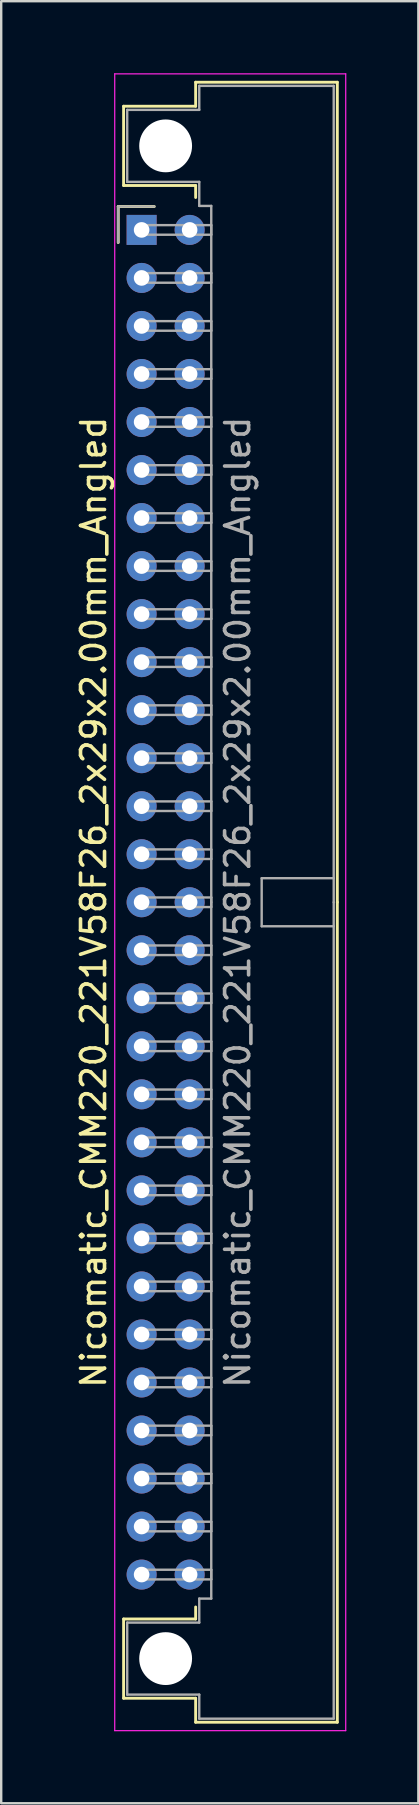
<source format=kicad_pcb>
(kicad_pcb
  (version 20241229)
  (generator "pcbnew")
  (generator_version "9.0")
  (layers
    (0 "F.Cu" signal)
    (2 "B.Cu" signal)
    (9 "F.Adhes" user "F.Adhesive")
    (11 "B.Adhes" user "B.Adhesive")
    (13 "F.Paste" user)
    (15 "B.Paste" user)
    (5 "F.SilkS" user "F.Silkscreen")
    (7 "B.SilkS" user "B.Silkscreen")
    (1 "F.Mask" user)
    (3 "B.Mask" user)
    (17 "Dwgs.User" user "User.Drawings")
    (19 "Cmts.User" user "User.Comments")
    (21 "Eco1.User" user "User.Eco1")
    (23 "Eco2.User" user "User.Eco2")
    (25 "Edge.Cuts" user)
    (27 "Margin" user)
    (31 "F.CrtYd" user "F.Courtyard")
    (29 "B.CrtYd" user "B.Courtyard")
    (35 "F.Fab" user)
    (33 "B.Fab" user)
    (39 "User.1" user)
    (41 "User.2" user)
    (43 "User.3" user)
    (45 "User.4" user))
  (footprint "Nicomatic_CMM220_221V58F26_2x29x2.00mm_Angled"
    (layer "F.Cu")
    (at 2.848 6.525)
    (property "Reference" "Nicomatic_CMM220_221V58F26_2x29x2.00mm_Angled" (at -2 28 90) (layer "F.SilkS") (effects (font (size 1 1) (thickness 0.15))))
    (attr through_hole)
    (fp_line (start -0.975 -0.975) (end -0.975 0.525) (stroke (width 0.12) (type solid)) (layer "F.SilkS"))
    (fp_line (start -0.75 -5.15) (end -0.75 -1.85) (stroke (width 0.12) (type solid)) (layer "F.SilkS"))
    (fp_line (start -0.75 -1.85) (end 2.25 -1.85) (stroke (width 0.12) (type solid)) (layer "F.SilkS"))
    (fp_line (start -0.75 57.85) (end 2.25 57.85) (stroke (width 0.12) (type solid)) (layer "F.SilkS"))
    (fp_line (start -0.75 61.15) (end -0.75 57.85) (stroke (width 0.12) (type solid)) (layer "F.SilkS"))
    (fp_line (start 0.525 -0.975) (end -0.975 -0.975) (stroke (width 0.12) (type solid)) (layer "F.SilkS"))
    (fp_line (start 2.25 -6.15) (end 2.25 -5.15) (stroke (width 0.12) (type solid)) (layer "F.SilkS"))
    (fp_line (start 2.25 -5.15) (end -0.75 -5.15) (stroke (width 0.12) (type solid)) (layer "F.SilkS"))
    (fp_line (start 2.25 -1.85) (end 2.25 -1.35) (stroke (width 0.12) (type solid)) (layer "F.SilkS"))
    (fp_line (start 2.25 57.85) (end 2.25 57.35) (stroke (width 0.12) (type solid)) (layer "F.SilkS"))
    (fp_line (start 2.25 61.15) (end -0.75 61.15) (stroke (width 0.12) (type solid)) (layer "F.SilkS"))
    (fp_line (start 2.25 62.15) (end 2.25 61.15) (stroke (width 0.12) (type solid)) (layer "F.SilkS"))
    (fp_line (start 8.15 -6.15) (end 2.25 -6.15) (stroke (width 0.12) (type solid)) (layer "F.SilkS"))
    (fp_line (start 8.15 28) (end 8.15 -6.15) (stroke (width 0.12) (type solid)) (layer "F.SilkS"))
    (fp_line (start 8.15 28) (end 8.15 62.15) (stroke (width 0.12) (type solid)) (layer "F.SilkS"))
    (fp_line (start 8.15 62.15) (end 2.25 62.15) (stroke (width 0.12) (type solid)) (layer "F.SilkS"))
    (fp_line (start -1.12 -6.5) (end -1.12 62.5) (stroke (width 0.05) (type solid)) (layer "F.CrtYd"))
    (fp_line (start -1.12 62.5) (end 8.5 62.5) (stroke (width 0.05) (type solid)) (layer "F.CrtYd"))
    (fp_line (start 8.5 -6.5) (end -1.12 -6.5) (stroke (width 0.05) (type solid)) (layer "F.CrtYd"))
    (fp_line (start 8.5 62.5) (end 8.5 -6.5) (stroke (width 0.05) (type solid)) (layer "F.CrtYd"))
    (fp_line (start -0.975 -0.975) (end -0.975 0.525) (stroke (width 0.1) (type solid)) (layer "F.Fab"))
    (fp_line (start -0.6 -5) (end -0.6 -2) (stroke (width 0.1) (type solid)) (layer "F.Fab"))
    (fp_line (start -0.6 -2) (end 2.4 -2) (stroke (width 0.1) (type solid)) (layer "F.Fab"))
    (fp_line (start -0.6 58) (end 2.4 58) (stroke (width 0.1) (type solid)) (layer "F.Fab"))
    (fp_line (start -0.6 61) (end -0.6 58) (stroke (width 0.1) (type solid)) (layer "F.Fab"))
    (fp_line (start 0 -0.2) (end 0 0.2) (stroke (width 0.1) (type solid)) (layer "F.Fab"))
    (fp_line (start 0 0.2) (end 2.9 0.2) (stroke (width 0.1) (type solid)) (layer "F.Fab"))
    (fp_line (start 0 1.8) (end 0 2.2) (stroke (width 0.1) (type solid)) (layer "F.Fab"))
    (fp_line (start 0 2.2) (end 2.9 2.2) (stroke (width 0.1) (type solid)) (layer "F.Fab"))
    (fp_line (start 0 3.8) (end 0 4.2) (stroke (width 0.1) (type solid)) (layer "F.Fab"))
    (fp_line (start 0 4.2) (end 2.9 4.2) (stroke (width 0.1) (type solid)) (layer "F.Fab"))
    (fp_line (start 0 5.8) (end 0 6.2) (stroke (width 0.1) (type solid)) (layer "F.Fab"))
    (fp_line (start 0 6.2) (end 2.9 6.2) (stroke (width 0.1) (type solid)) (layer "F.Fab"))
    (fp_line (start 0 7.8) (end 0 8.2) (stroke (width 0.1) (type solid)) (layer "F.Fab"))
    (fp_line (start 0 8.2) (end 2.9 8.2) (stroke (width 0.1) (type solid)) (layer "F.Fab"))
    (fp_line (start 0 9.8) (end 0 10.2) (stroke (width 0.1) (type solid)) (layer "F.Fab"))
    (fp_line (start 0 10.2) (end 2.9 10.2) (stroke (width 0.1) (type solid)) (layer "F.Fab"))
    (fp_line (start 0 11.8) (end 0 12.2) (stroke (width 0.1) (type solid)) (layer "F.Fab"))
    (fp_line (start 0 12.2) (end 2.9 12.2) (stroke (width 0.1) (type solid)) (layer "F.Fab"))
    (fp_line (start 0 13.8) (end 0 14.2) (stroke (width 0.1) (type solid)) (layer "F.Fab"))
    (fp_line (start 0 14.2) (end 2.9 14.2) (stroke (width 0.1) (type solid)) (layer "F.Fab"))
    (fp_line (start 0 15.8) (end 0 16.2) (stroke (width 0.1) (type solid)) (layer "F.Fab"))
    (fp_line (start 0 16.2) (end 2.9 16.2) (stroke (width 0.1) (type solid)) (layer "F.Fab"))
    (fp_line (start 0 17.8) (end 0 18.2) (stroke (width 0.1) (type solid)) (layer "F.Fab"))
    (fp_line (start 0 18.2) (end 2.9 18.2) (stroke (width 0.1) (type solid)) (layer "F.Fab"))
    (fp_line (start 0 19.8) (end 0 20.2) (stroke (width 0.1) (type solid)) (layer "F.Fab"))
    (fp_line (start 0 20.2) (end 2.9 20.2) (stroke (width 0.1) (type solid)) (layer "F.Fab"))
    (fp_line (start 0 21.8) (end 0 22.2) (stroke (width 0.1) (type solid)) (layer "F.Fab"))
    (fp_line (start 0 22.2) (end 2.9 22.2) (stroke (width 0.1) (type solid)) (layer "F.Fab"))
    (fp_line (start 0 23.8) (end 0 24.2) (stroke (width 0.1) (type solid)) (layer "F.Fab"))
    (fp_line (start 0 24.2) (end 2.9 24.2) (stroke (width 0.1) (type solid)) (layer "F.Fab"))
    (fp_line (start 0 25.8) (end 0 26.2) (stroke (width 0.1) (type solid)) (layer "F.Fab"))
    (fp_line (start 0 26.2) (end 2.9 26.2) (stroke (width 0.1) (type solid)) (layer "F.Fab"))
    (fp_line (start 0 27.8) (end 0 28.2) (stroke (width 0.1) (type solid)) (layer "F.Fab"))
    (fp_line (start 0 28.2) (end 2.9 28.2) (stroke (width 0.1) (type solid)) (layer "F.Fab"))
    (fp_line (start 0 29.8) (end 0 30.2) (stroke (width 0.1) (type solid)) (layer "F.Fab"))
    (fp_line (start 0 30.2) (end 2.9 30.2) (stroke (width 0.1) (type solid)) (layer "F.Fab"))
    (fp_line (start 0 31.8) (end 0 32.2) (stroke (width 0.1) (type solid)) (layer "F.Fab"))
    (fp_line (start 0 32.2) (end 2.9 32.2) (stroke (width 0.1) (type solid)) (layer "F.Fab"))
    (fp_line (start 0 33.8) (end 0 34.2) (stroke (width 0.1) (type solid)) (layer "F.Fab"))
    (fp_line (start 0 34.2) (end 2.9 34.2) (stroke (width 0.1) (type solid)) (layer "F.Fab"))
    (fp_line (start 0 35.8) (end 0 36.2) (stroke (width 0.1) (type solid)) (layer "F.Fab"))
    (fp_line (start 0 36.2) (end 2.9 36.2) (stroke (width 0.1) (type solid)) (layer "F.Fab"))
    (fp_line (start 0 37.8) (end 0 38.2) (stroke (width 0.1) (type solid)) (layer "F.Fab"))
    (fp_line (start 0 38.2) (end 2.9 38.2) (stroke (width 0.1) (type solid)) (layer "F.Fab"))
    (fp_line (start 0 39.8) (end 0 40.2) (stroke (width 0.1) (type solid)) (layer "F.Fab"))
    (fp_line (start 0 40.2) (end 2.9 40.2) (stroke (width 0.1) (type solid)) (layer "F.Fab"))
    (fp_line (start 0 41.8) (end 0 42.2) (stroke (width 0.1) (type solid)) (layer "F.Fab"))
    (fp_line (start 0 42.2) (end 2.9 42.2) (stroke (width 0.1) (type solid)) (layer "F.Fab"))
    (fp_line (start 0 43.8) (end 0 44.2) (stroke (width 0.1) (type solid)) (layer "F.Fab"))
    (fp_line (start 0 44.2) (end 2.9 44.2) (stroke (width 0.1) (type solid)) (layer "F.Fab"))
    (fp_line (start 0 45.8) (end 0 46.2) (stroke (width 0.1) (type solid)) (layer "F.Fab"))
    (fp_line (start 0 46.2) (end 2.9 46.2) (stroke (width 0.1) (type solid)) (layer "F.Fab"))
    (fp_line (start 0 47.8) (end 0 48.2) (stroke (width 0.1) (type solid)) (layer "F.Fab"))
    (fp_line (start 0 48.2) (end 2.9 48.2) (stroke (width 0.1) (type solid)) (layer "F.Fab"))
    (fp_line (start 0 49.8) (end 0 50.2) (stroke (width 0.1) (type solid)) (layer "F.Fab"))
    (fp_line (start 0 50.2) (end 2.9 50.2) (stroke (width 0.1) (type solid)) (layer "F.Fab"))
    (fp_line (start 0 51.8) (end 0 52.2) (stroke (width 0.1) (type solid)) (layer "F.Fab"))
    (fp_line (start 0 52.2) (end 2.9 52.2) (stroke (width 0.1) (type solid)) (layer "F.Fab"))
    (fp_line (start 0 53.8) (end 0 54.2) (stroke (width 0.1) (type solid)) (layer "F.Fab"))
    (fp_line (start 0 54.2) (end 2.9 54.2) (stroke (width 0.1) (type solid)) (layer "F.Fab"))
    (fp_line (start 0 55.8) (end 0 56.2) (stroke (width 0.1) (type solid)) (layer "F.Fab"))
    (fp_line (start 0 56.2) (end 2.9 56.2) (stroke (width 0.1) (type solid)) (layer "F.Fab"))
    (fp_line (start 0.525 -0.975) (end -0.975 -0.975) (stroke (width 0.1) (type solid)) (layer "F.Fab"))
    (fp_line (start 2.4 -6) (end 2.4 -5) (stroke (width 0.1) (type solid)) (layer "F.Fab"))
    (fp_line (start 2.4 -5) (end -0.6 -5) (stroke (width 0.1) (type solid)) (layer "F.Fab"))
    (fp_line (start 2.4 -2) (end 2.4 -1) (stroke (width 0.1) (type solid)) (layer "F.Fab"))
    (fp_line (start 2.4 -1) (end 2.9 -1) (stroke (width 0.1) (type solid)) (layer "F.Fab"))
    (fp_line (start 2.4 57) (end 2.9 57) (stroke (width 0.1) (type solid)) (layer "F.Fab"))
    (fp_line (start 2.4 58) (end 2.4 57) (stroke (width 0.1) (type solid)) (layer "F.Fab"))
    (fp_line (start 2.4 61) (end -0.6 61) (stroke (width 0.1) (type solid)) (layer "F.Fab"))
    (fp_line (start 2.4 62) (end 2.4 61) (stroke (width 0.1) (type solid)) (layer "F.Fab"))
    (fp_line (start 2.9 -1) (end 2.9 28) (stroke (width 0.1) (type solid)) (layer "F.Fab"))
    (fp_line (start 2.9 -0.2) (end 0 -0.2) (stroke (width 0.1) (type solid)) (layer "F.Fab"))
    (fp_line (start 2.9 0.2) (end 2.9 -0.2) (stroke (width 0.1) (type solid)) (layer "F.Fab"))
    (fp_line (start 2.9 1.8) (end 0 1.8) (stroke (width 0.1) (type solid)) (layer "F.Fab"))
    (fp_line (start 2.9 2.2) (end 2.9 1.8) (stroke (width 0.1) (type solid)) (layer "F.Fab"))
    (fp_line (start 2.9 3.8) (end 0 3.8) (stroke (width 0.1) (type solid)) (layer "F.Fab"))
    (fp_line (start 2.9 4.2) (end 2.9 3.8) (stroke (width 0.1) (type solid)) (layer "F.Fab"))
    (fp_line (start 2.9 5.8) (end 0 5.8) (stroke (width 0.1) (type solid)) (layer "F.Fab"))
    (fp_line (start 2.9 6.2) (end 2.9 5.8) (stroke (width 0.1) (type solid)) (layer "F.Fab"))
    (fp_line (start 2.9 7.8) (end 0 7.8) (stroke (width 0.1) (type solid)) (layer "F.Fab"))
    (fp_line (start 2.9 8.2) (end 2.9 7.8) (stroke (width 0.1) (type solid)) (layer "F.Fab"))
    (fp_line (start 2.9 9.8) (end 0 9.8) (stroke (width 0.1) (type solid)) (layer "F.Fab"))
    (fp_line (start 2.9 10.2) (end 2.9 9.8) (stroke (width 0.1) (type solid)) (layer "F.Fab"))
    (fp_line (start 2.9 11.8) (end 0 11.8) (stroke (width 0.1) (type solid)) (layer "F.Fab"))
    (fp_line (start 2.9 12.2) (end 2.9 11.8) (stroke (width 0.1) (type solid)) (layer "F.Fab"))
    (fp_line (start 2.9 13.8) (end 0 13.8) (stroke (width 0.1) (type solid)) (layer "F.Fab"))
    (fp_line (start 2.9 14.2) (end 2.9 13.8) (stroke (width 0.1) (type solid)) (layer "F.Fab"))
    (fp_line (start 2.9 15.8) (end 0 15.8) (stroke (width 0.1) (type solid)) (layer "F.Fab"))
    (fp_line (start 2.9 16.2) (end 2.9 15.8) (stroke (width 0.1) (type solid)) (layer "F.Fab"))
    (fp_line (start 2.9 17.8) (end 0 17.8) (stroke (width 0.1) (type solid)) (layer "F.Fab"))
    (fp_line (start 2.9 18.2) (end 2.9 17.8) (stroke (width 0.1) (type solid)) (layer "F.Fab"))
    (fp_line (start 2.9 19.8) (end 0 19.8) (stroke (width 0.1) (type solid)) (layer "F.Fab"))
    (fp_line (start 2.9 20.2) (end 2.9 19.8) (stroke (width 0.1) (type solid)) (layer "F.Fab"))
    (fp_line (start 2.9 21.8) (end 0 21.8) (stroke (width 0.1) (type solid)) (layer "F.Fab"))
    (fp_line (start 2.9 22.2) (end 2.9 21.8) (stroke (width 0.1) (type solid)) (layer "F.Fab"))
    (fp_line (start 2.9 23.8) (end 0 23.8) (stroke (width 0.1) (type solid)) (layer "F.Fab"))
    (fp_line (start 2.9 24.2) (end 2.9 23.8) (stroke (width 0.1) (type solid)) (layer "F.Fab"))
    (fp_line (start 2.9 25.8) (end 0 25.8) (stroke (width 0.1) (type solid)) (layer "F.Fab"))
    (fp_line (start 2.9 26.2) (end 2.9 25.8) (stroke (width 0.1) (type solid)) (layer "F.Fab"))
    (fp_line (start 2.9 27.8) (end 0 27.8) (stroke (width 0.1) (type solid)) (layer "F.Fab"))
    (fp_line (start 2.9 28.2) (end 2.9 27.8) (stroke (width 0.1) (type solid)) (layer "F.Fab"))
    (fp_line (start 2.9 29.8) (end 0 29.8) (stroke (width 0.1) (type solid)) (layer "F.Fab"))
    (fp_line (start 2.9 30.2) (end 2.9 29.8) (stroke (width 0.1) (type solid)) (layer "F.Fab"))
    (fp_line (start 2.9 31.8) (end 0 31.8) (stroke (width 0.1) (type solid)) (layer "F.Fab"))
    (fp_line (start 2.9 32.2) (end 2.9 31.8) (stroke (width 0.1) (type solid)) (layer "F.Fab"))
    (fp_line (start 2.9 33.8) (end 0 33.8) (stroke (width 0.1) (type solid)) (layer "F.Fab"))
    (fp_line (start 2.9 34.2) (end 2.9 33.8) (stroke (width 0.1) (type solid)) (layer "F.Fab"))
    (fp_line (start 2.9 35.8) (end 0 35.8) (stroke (width 0.1) (type solid)) (layer "F.Fab"))
    (fp_line (start 2.9 36.2) (end 2.9 35.8) (stroke (width 0.1) (type solid)) (layer "F.Fab"))
    (fp_line (start 2.9 37.8) (end 0 37.8) (stroke (width 0.1) (type solid)) (layer "F.Fab"))
    (fp_line (start 2.9 38.2) (end 2.9 37.8) (stroke (width 0.1) (type solid)) (layer "F.Fab"))
    (fp_line (start 2.9 39.8) (end 0 39.8) (stroke (width 0.1) (type solid)) (layer "F.Fab"))
    (fp_line (start 2.9 40.2) (end 2.9 39.8) (stroke (width 0.1) (type solid)) (layer "F.Fab"))
    (fp_line (start 2.9 41.8) (end 0 41.8) (stroke (width 0.1) (type solid)) (layer "F.Fab"))
    (fp_line (start 2.9 42.2) (end 2.9 41.8) (stroke (width 0.1) (type solid)) (layer "F.Fab"))
    (fp_line (start 2.9 43.8) (end 0 43.8) (stroke (width 0.1) (type solid)) (layer "F.Fab"))
    (fp_line (start 2.9 44.2) (end 2.9 43.8) (stroke (width 0.1) (type solid)) (layer "F.Fab"))
    (fp_line (start 2.9 45.8) (end 0 45.8) (stroke (width 0.1) (type solid)) (layer "F.Fab"))
    (fp_line (start 2.9 46.2) (end 2.9 45.8) (stroke (width 0.1) (type solid)) (layer "F.Fab"))
    (fp_line (start 2.9 47.8) (end 0 47.8) (stroke (width 0.1) (type solid)) (layer "F.Fab"))
    (fp_line (start 2.9 48.2) (end 2.9 47.8) (stroke (width 0.1) (type solid)) (layer "F.Fab"))
    (fp_line (start 2.9 49.8) (end 0 49.8) (stroke (width 0.1) (type solid)) (layer "F.Fab"))
    (fp_line (start 2.9 50.2) (end 2.9 49.8) (stroke (width 0.1) (type solid)) (layer "F.Fab"))
    (fp_line (start 2.9 51.8) (end 0 51.8) (stroke (width 0.1) (type solid)) (layer "F.Fab"))
    (fp_line (start 2.9 52.2) (end 2.9 51.8) (stroke (width 0.1) (type solid)) (layer "F.Fab"))
    (fp_line (start 2.9 53.8) (end 0 53.8) (stroke (width 0.1) (type solid)) (layer "F.Fab"))
    (fp_line (start 2.9 54.2) (end 2.9 53.8) (stroke (width 0.1) (type solid)) (layer "F.Fab"))
    (fp_line (start 2.9 55.8) (end 0 55.8) (stroke (width 0.1) (type solid)) (layer "F.Fab"))
    (fp_line (start 2.9 56.2) (end 2.9 55.8) (stroke (width 0.1) (type solid)) (layer "F.Fab"))
    (fp_line (start 2.9 57) (end 2.9 28) (stroke (width 0.1) (type solid)) (layer "F.Fab"))
    (fp_line (start 5 27) (end 5 29) (stroke (width 0.1) (type solid)) (layer "F.Fab"))
    (fp_line (start 5 29) (end 8 29) (stroke (width 0.1) (type solid)) (layer "F.Fab"))
    (fp_line (start 8 -6) (end 2.4 -6) (stroke (width 0.1) (type solid)) (layer "F.Fab"))
    (fp_line (start 8 27) (end 5 27) (stroke (width 0.1) (type solid)) (layer "F.Fab"))
    (fp_line (start 8 28) (end 8 -6) (stroke (width 0.1) (type solid)) (layer "F.Fab"))
    (fp_line (start 8 28) (end 8 62) (stroke (width 0.1) (type solid)) (layer "F.Fab"))
    (fp_line (start 8 62) (end 2.4 62) (stroke (width 0.1) (type solid)) (layer "F.Fab"))
    (fp_text user "${REFERENCE}" (at 4 28 90) (layer "F.Fab") (effects (font (size 1 1) (thickness 0.15))))
    (pad "" np_thru_hole circle (at 1 -3.5) (size 2.2 2.2) (drill 2.2) (layers "*.Cu" "*.Mask"))
    (pad "" np_thru_hole circle (at 1 59.5) (size 2.2 2.2) (drill 2.2) (layers "*.Cu" "*.Mask"))
    (pad "1" thru_hole rect (at 0 0) (size 1.25 1.25) (drill 0.65) (layers "*.Cu" "*.Mask"))
    (pad "2" thru_hole oval (at 0 2) (size 1.25 1.25) (drill 0.65) (layers "*.Cu" "*.Mask"))
    (pad "3" thru_hole oval (at 0 4) (size 1.25 1.25) (drill 0.65) (layers "*.Cu" "*.Mask"))
    (pad "4" thru_hole oval (at 0 6) (size 1.25 1.25) (drill 0.65) (layers "*.Cu" "*.Mask"))
    (pad "5" thru_hole oval (at 0 8) (size 1.25 1.25) (drill 0.65) (layers "*.Cu" "*.Mask"))
    (pad "6" thru_hole oval (at 0 10) (size 1.25 1.25) (drill 0.65) (layers "*.Cu" "*.Mask"))
    (pad "7" thru_hole oval (at 0 12) (size 1.25 1.25) (drill 0.65) (layers "*.Cu" "*.Mask"))
    (pad "8" thru_hole oval (at 0 14) (size 1.25 1.25) (drill 0.65) (layers "*.Cu" "*.Mask"))
    (pad "9" thru_hole oval (at 0 16) (size 1.25 1.25) (drill 0.65) (layers "*.Cu" "*.Mask"))
    (pad "10" thru_hole oval (at 0 18) (size 1.25 1.25) (drill 0.65) (layers "*.Cu" "*.Mask"))
    (pad "11" thru_hole oval (at 0 20) (size 1.25 1.25) (drill 0.65) (layers "*.Cu" "*.Mask"))
    (pad "12" thru_hole oval (at 0 22) (size 1.25 1.25) (drill 0.65) (layers "*.Cu" "*.Mask"))
    (pad "13" thru_hole oval (at 0 24) (size 1.25 1.25) (drill 0.65) (layers "*.Cu" "*.Mask"))
    (pad "14" thru_hole oval (at 0 26) (size 1.25 1.25) (drill 0.65) (layers "*.Cu" "*.Mask"))
    (pad "15" thru_hole oval (at 0 28) (size 1.25 1.25) (drill 0.65) (layers "*.Cu" "*.Mask"))
    (pad "16" thru_hole oval (at 0 30) (size 1.25 1.25) (drill 0.65) (layers "*.Cu" "*.Mask"))
    (pad "17" thru_hole oval (at 0 32) (size 1.25 1.25) (drill 0.65) (layers "*.Cu" "*.Mask"))
    (pad "18" thru_hole oval (at 0 34) (size 1.25 1.25) (drill 0.65) (layers "*.Cu" "*.Mask"))
    (pad "19" thru_hole oval (at 0 36) (size 1.25 1.25) (drill 0.65) (layers "*.Cu" "*.Mask"))
    (pad "20" thru_hole oval (at 0 38) (size 1.25 1.25) (drill 0.65) (layers "*.Cu" "*.Mask"))
    (pad "21" thru_hole oval (at 0 40) (size 1.25 1.25) (drill 0.65) (layers "*.Cu" "*.Mask"))
    (pad "22" thru_hole oval (at 0 42) (size 1.25 1.25) (drill 0.65) (layers "*.Cu" "*.Mask"))
    (pad "23" thru_hole oval (at 0 44) (size 1.25 1.25) (drill 0.65) (layers "*.Cu" "*.Mask"))
    (pad "24" thru_hole oval (at 0 46) (size 1.25 1.25) (drill 0.65) (layers "*.Cu" "*.Mask"))
    (pad "25" thru_hole oval (at 0 48) (size 1.25 1.25) (drill 0.65) (layers "*.Cu" "*.Mask"))
    (pad "26" thru_hole oval (at 0 50) (size 1.25 1.25) (drill 0.65) (layers "*.Cu" "*.Mask"))
    (pad "27" thru_hole oval (at 0 52) (size 1.25 1.25) (drill 0.65) (layers "*.Cu" "*.Mask"))
    (pad "28" thru_hole oval (at 0 54) (size 1.25 1.25) (drill 0.65) (layers "*.Cu" "*.Mask"))
    (pad "29" thru_hole oval (at 0 56) (size 1.25 1.25) (drill 0.65) (layers "*.Cu" "*.Mask"))
    (pad "30" thru_hole oval (at 2 0) (size 1.25 1.25) (drill 0.65) (layers "*.Cu" "*.Mask"))
    (pad "31" thru_hole oval (at 2 2) (size 1.25 1.25) (drill 0.65) (layers "*.Cu" "*.Mask"))
    (pad "32" thru_hole oval (at 2 4) (size 1.25 1.25) (drill 0.65) (layers "*.Cu" "*.Mask"))
    (pad "33" thru_hole oval (at 2 6) (size 1.25 1.25) (drill 0.65) (layers "*.Cu" "*.Mask"))
    (pad "34" thru_hole oval (at 2 8) (size 1.25 1.25) (drill 0.65) (layers "*.Cu" "*.Mask"))
    (pad "35" thru_hole oval (at 2 10) (size 1.25 1.25) (drill 0.65) (layers "*.Cu" "*.Mask"))
    (pad "36" thru_hole oval (at 2 12) (size 1.25 1.25) (drill 0.65) (layers "*.Cu" "*.Mask"))
    (pad "37" thru_hole oval (at 2 14) (size 1.25 1.25) (drill 0.65) (layers "*.Cu" "*.Mask"))
    (pad "38" thru_hole oval (at 2 16) (size 1.25 1.25) (drill 0.65) (layers "*.Cu" "*.Mask"))
    (pad "39" thru_hole oval (at 2 18) (size 1.25 1.25) (drill 0.65) (layers "*.Cu" "*.Mask"))
    (pad "40" thru_hole oval (at 2 20) (size 1.25 1.25) (drill 0.65) (layers "*.Cu" "*.Mask"))
    (pad "41" thru_hole oval (at 2 22) (size 1.25 1.25) (drill 0.65) (layers "*.Cu" "*.Mask"))
    (pad "42" thru_hole oval (at 2 24) (size 1.25 1.25) (drill 0.65) (layers "*.Cu" "*.Mask"))
    (pad "43" thru_hole oval (at 2 26) (size 1.25 1.25) (drill 0.65) (layers "*.Cu" "*.Mask"))
    (pad "44" thru_hole oval (at 2 28) (size 1.25 1.25) (drill 0.65) (layers "*.Cu" "*.Mask"))
    (pad "45" thru_hole oval (at 2 30) (size 1.25 1.25) (drill 0.65) (layers "*.Cu" "*.Mask"))
    (pad "46" thru_hole oval (at 2 32) (size 1.25 1.25) (drill 0.65) (layers "*.Cu" "*.Mask"))
    (pad "47" thru_hole oval (at 2 34) (size 1.25 1.25) (drill 0.65) (layers "*.Cu" "*.Mask"))
    (pad "48" thru_hole oval (at 2 36) (size 1.25 1.25) (drill 0.65) (layers "*.Cu" "*.Mask"))
    (pad "49" thru_hole oval (at 2 38) (size 1.25 1.25) (drill 0.65) (layers "*.Cu" "*.Mask"))
    (pad "50" thru_hole oval (at 2 40) (size 1.25 1.25) (drill 0.65) (layers "*.Cu" "*.Mask"))
    (pad "51" thru_hole oval (at 2 42) (size 1.25 1.25) (drill 0.65) (layers "*.Cu" "*.Mask"))
    (pad "52" thru_hole oval (at 2 44) (size 1.25 1.25) (drill 0.65) (layers "*.Cu" "*.Mask"))
    (pad "53" thru_hole oval (at 2 46) (size 1.25 1.25) (drill 0.65) (layers "*.Cu" "*.Mask"))
    (pad "54" thru_hole oval (at 2 48) (size 1.25 1.25) (drill 0.65) (layers "*.Cu" "*.Mask"))
    (pad "55" thru_hole oval (at 2 50) (size 1.25 1.25) (drill 0.65) (layers "*.Cu" "*.Mask"))
    (pad "56" thru_hole oval (at 2 52) (size 1.25 1.25) (drill 0.65) (layers "*.Cu" "*.Mask"))
    (pad "57" thru_hole oval (at 2 54) (size 1.25 1.25) (drill 0.65) (layers "*.Cu" "*.Mask"))
    (pad "58" thru_hole oval (at 2 56) (size 1.25 1.25) (drill 0.65) (layers "*.Cu" "*.Mask")))
  (gr_rect
    (start -3 -3)
    (end 14.373 72.05)
    (stroke (width 0.1) (type default))
    (fill no)
    (layer "Edge.Cuts")))
</source>
